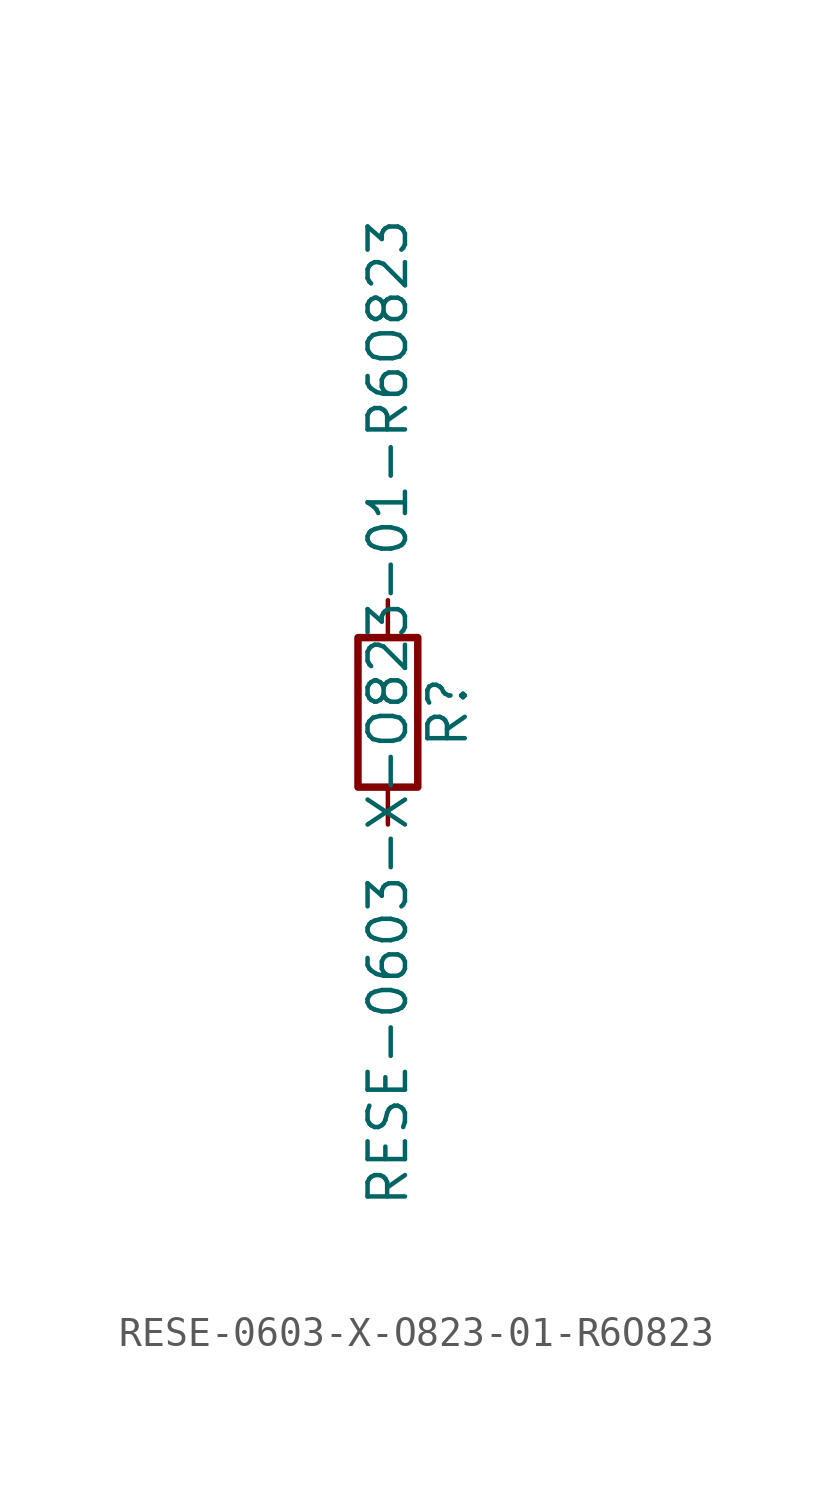
<source format=kicad_sym>
(kicad_symbol_lib
  (version 20211014)
  (generator kicad_symbol_editor)
  (symbol "RESE-0603-X-O823-01-R6O823"
    (pin_numbers hide)
    (pin_names
      (offset 0))
    (property "Reference" "R"
      (at 2.032 0 90)
      (effects (font (size 1.27 1.27))))
    (property "Value" "RESE-0603-X-O823-01-R6O823"
      (at 0 0 90)
      (effects (font (size 1.27 1.27))))
    (symbol "RESE-0603-X-O823-01-R6O823_0_1"
      (rectangle (start -1.016 -2.54) (end 1.016 2.54) (stroke (width 0.254) (type default) (color 0 0 0 0)) (fill (type none))))
    (symbol "RESE-0603-X-O823-01-R6O823_1_1"
      (pin passive line (at 0 3.81 270) (length 1.27) (name "~" (effects (font (size 1.27 1.27)))) (number "1" (effects (font (size 1.27 1.27)))))
      (pin passive line (at 0 -3.81 90) (length 1.27) (name "~" (effects (font (size 1.27 1.27)))) (number "2" (effects (font (size 1.27 1.27))))))))
</source>
